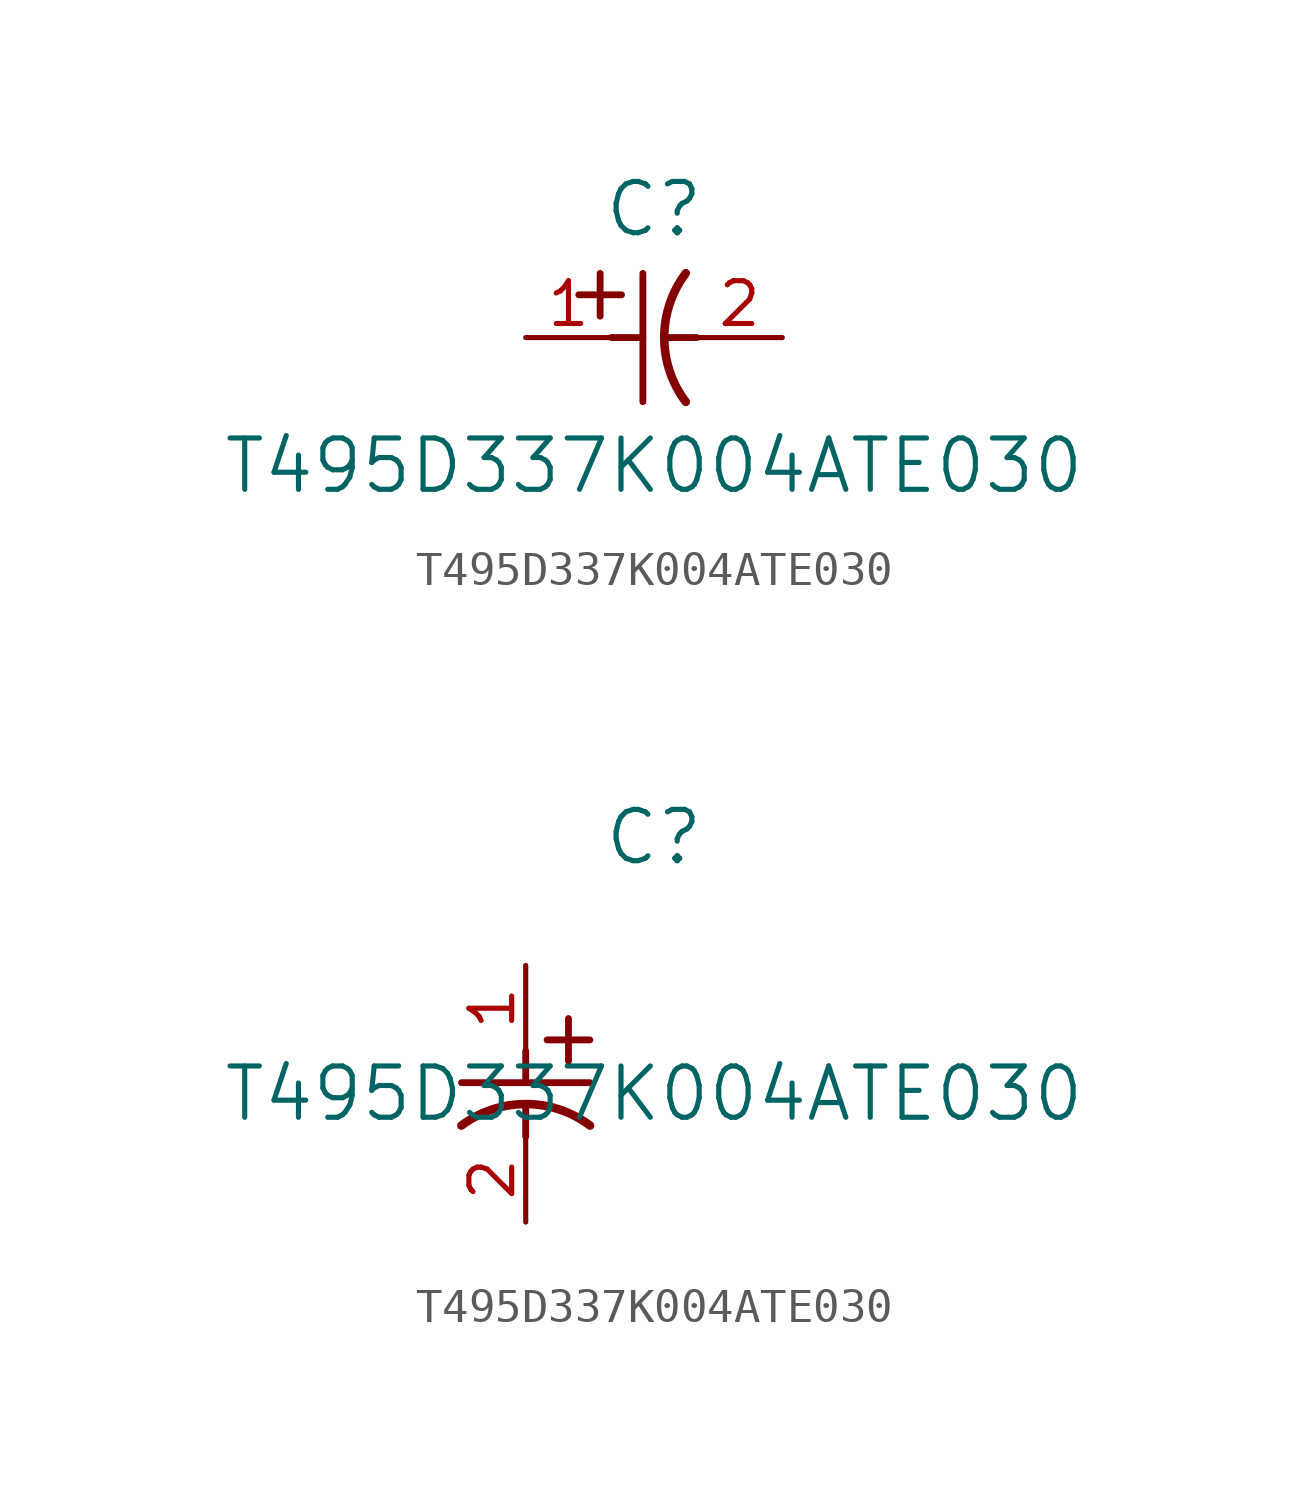
<source format=kicad_sym>
(kicad_symbol_lib
  (version 20211014)
  (generator kicad_symbol_editor)
  (symbol "T495D337K004ATE030"
    (pin_names
      (offset 0.254))
    (property "Reference" "C"
      (at 3.81 3.81 0)
      (effects (font (size 1.524 1.524))))
    (property "Value" "T495D337K004ATE030"
      (at 3.81 -3.81 0)
      (effects (font (size 1.524 1.524))))
    (symbol "T495D337K004ATE030_1_1"
      (polyline (pts (xy 2.21 0.635) (xy 2.21 1.905)) (stroke (width 0.203) (type default) (color 0 0 0 0)) (fill (type none)))
      (arc (start 4.754132 1.910763) (mid 4.1148 0) (end 4.754132 -1.910763) (stroke (width 0.254) (type default) (color 0 0 0 0)) (fill (type none)))
      (polyline (pts (xy 4.115 0) (xy 5.08 0)) (stroke (width 0.203) (type default) (color 0 0 0 0)) (fill (type none)))
      (polyline (pts (xy 3.48 -1.905) (xy 3.48 1.905)) (stroke (width 0.203) (type default) (color 0 0 0 0)) (fill (type none)))
      (polyline (pts (xy 1.575 1.27) (xy 2.845 1.27)) (stroke (width 0.203) (type default) (color 0 0 0 0)) (fill (type none)))
      (polyline (pts (xy 2.54 0) (xy 3.48 0)) (stroke (width 0.203) (type default) (color 0 0 0 0)) (fill (type none)))
      (pin unspecified line (at 0 0 0) (length 2.54) (name "" (effects (font (size 1.27 1.27)))) (number "1" (effects (font (size 1.27 1.27)))))
      (pin unspecified line (at 7.62 0 180) (length 2.54) (name "" (effects (font (size 1.27 1.27)))) (number "2" (effects (font (size 1.27 1.27))))))
    (symbol "T495D337K004ATE030_1_2"
      (polyline (pts (xy 0 -2.54) (xy 0 -3.48)) (stroke (width 0.203) (type default) (color 0 0 0 0)) (fill (type none)))
      (arc (start 1.910763 -4.754132) (mid 0 -4.1148) (end -1.910763 -4.754132) (stroke (width 0.254) (type default) (color 0 0 0 0)) (fill (type none)))
      (polyline (pts (xy -1.905 -3.48) (xy 1.905 -3.48)) (stroke (width 0.203) (type default) (color 0 0 0 0)) (fill (type none)))
      (polyline (pts (xy 0.635 -2.21) (xy 1.905 -2.21)) (stroke (width 0.203) (type default) (color 0 0 0 0)) (fill (type none)))
      (polyline (pts (xy 1.27 -1.575) (xy 1.27 -2.845)) (stroke (width 0.203) (type default) (color 0 0 0 0)) (fill (type none)))
      (polyline (pts (xy 0 -4.115) (xy 0 -5.08)) (stroke (width 0.203) (type default) (color 0 0 0 0)) (fill (type none)))
      (pin unspecified line (at 0 0 270) (length 2.54) (name "" (effects (font (size 1.27 1.27)))) (number "1" (effects (font (size 1.27 1.27)))))
      (pin unspecified line (at 0 -7.62 90) (length 2.54) (name "" (effects (font (size 1.27 1.27)))) (number "2" (effects (font (size 1.27 1.27))))))))
</source>
